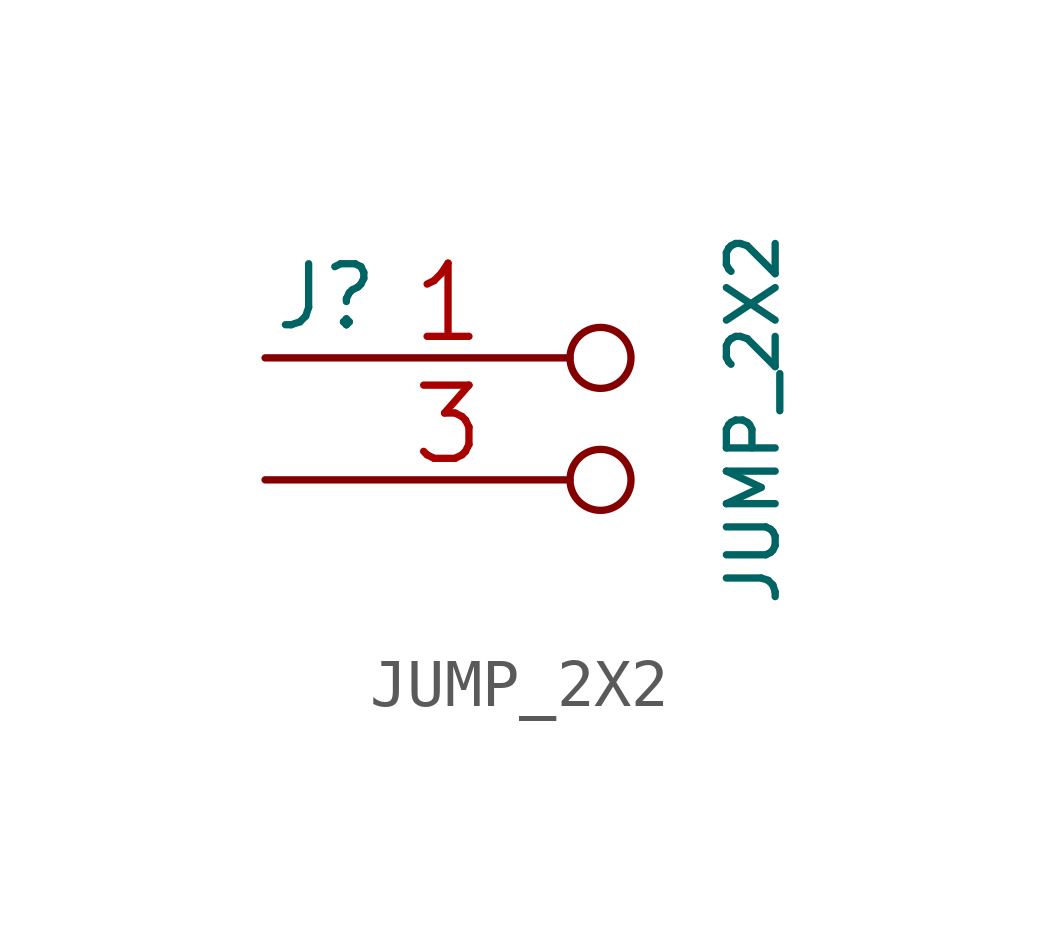
<source format=kicad_sym>
(kicad_symbol_lib
  (version 20211014)
  (generator kicad_symbol_editor)
  (symbol "JUMP_2X2"
    (pin_names
      (offset 1.016) hide)
    (property "Reference" "J"
      (at -8.89 5.08 0)
      (effects (font (size 1.27 1.27))))
    (property "Value" "JUMP_2X2"
      (at 0 2.54 90)
      (effects (font (size 1.016 1.016))))
    (property "Footprint" ""
      (at 0 0 0)
      (effects (font (size 1.524 1.524))))
    (property "Datasheet" ""
      (at 0 0 0)
      (effects (font (size 1.524 1.524))))
    (symbol "JUMP_2X2_1_1"
      (pin passive inverted (at -10.16 3.81 0) (length 7.62) (name "1" (effects (font (size 1.524 1.524)))) (number "1" (effects (font (size 1.524 1.524)))))
      (pin passive inverted (at -10.16 3.81 0) (length 7.62) hide (name "1" (effects (font (size 1.524 1.524)))) (number "2" (effects (font (size 1.524 1.524)))))
      (pin passive inverted (at -10.16 1.27 0) (length 7.62) (name "4" (effects (font (size 1.524 1.524)))) (number "3" (effects (font (size 1.524 1.524)))))
      (pin passive inverted (at -10.16 1.27 0) (length 7.62) hide (name "4" (effects (font (size 1.524 1.524)))) (number "4" (effects (font (size 1.524 1.524))))))))
</source>
